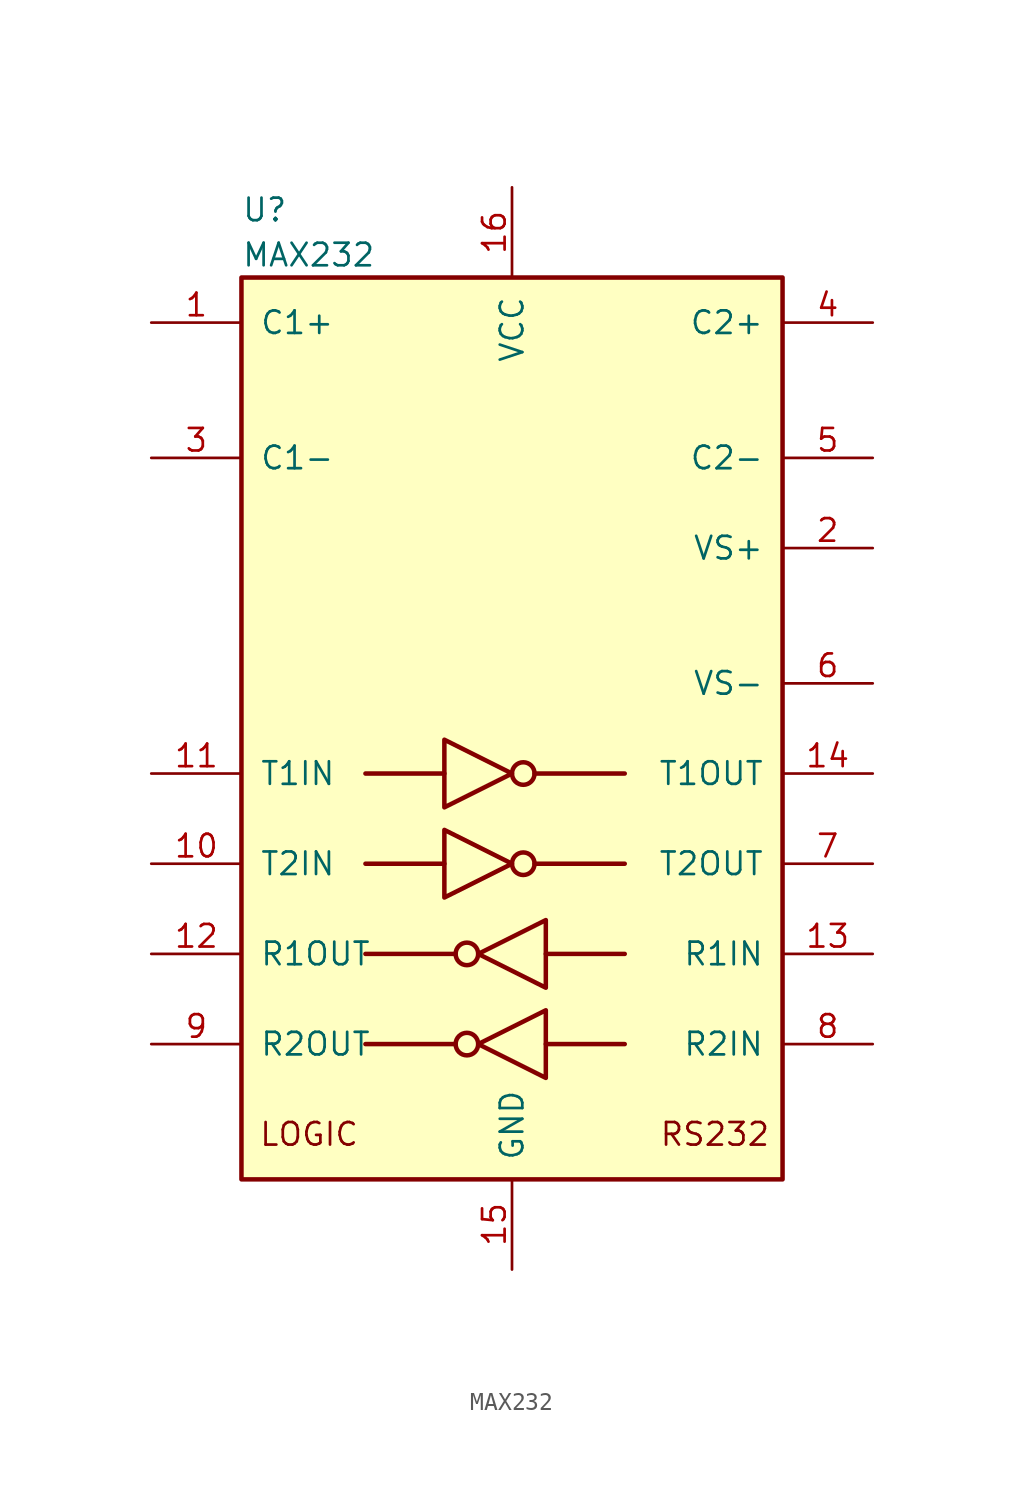
<source format=kicad_sym>
(kicad_symbol_lib
  (version 20211014)
  (generator kicad_symbol_editor)
  (symbol "MAX232"
    (pin_names
      (offset 1.016))
    (property "Reference" "U"
      (at -15.24 29.21 0)
      (effects (font (size 1.27 1.27)) (justify left)))
    (property "Value" "MAX232"
      (at -15.24 26.67 0)
      (effects (font (size 1.27 1.27)) (justify left)))
    (symbol "MAX232_0_0"
      (text "LOGIC" (at -11.43 -22.86 0) (effects (font (size 1.27 1.27))))
      (text "RS232" (at 11.43 -22.86 0) (effects (font (size 1.27 1.27)))))
    (symbol "MAX232_0_1"
      (rectangle (start -15.24 -25.4) (end 15.24 25.4) (stroke (width 0.254) (type default)) (fill (type background)))
      (circle (center -2.54 -17.78) (radius 0.635) (stroke (width 0.254) (type default)) (fill (type none)))
      (circle (center -2.54 -12.7) (radius 0.635) (stroke (width 0.254) (type default)) (fill (type none)))
      (polyline (pts (xy -3.81 -7.62) (xy -8.255 -7.62)) (stroke (width 0.254) (type default)) (fill (type none)))
      (polyline (pts (xy -3.81 -2.54) (xy -8.255 -2.54)) (stroke (width 0.254) (type default)) (fill (type none)))
      (polyline (pts (xy -3.175 -17.78) (xy -8.255 -17.78)) (stroke (width 0.254) (type default)) (fill (type none)))
      (polyline (pts (xy -3.175 -12.7) (xy -8.255 -12.7)) (stroke (width 0.254) (type default)) (fill (type none)))
      (polyline (pts (xy 1.27 -7.62) (xy 6.35 -7.62)) (stroke (width 0.254) (type default)) (fill (type none)))
      (polyline (pts (xy 1.27 -2.54) (xy 6.35 -2.54)) (stroke (width 0.254) (type default)) (fill (type none)))
      (polyline (pts (xy 1.905 -17.78) (xy 6.35 -17.78)) (stroke (width 0.254) (type default)) (fill (type none)))
      (polyline (pts (xy 1.905 -12.7) (xy 6.35 -12.7)) (stroke (width 0.254) (type default)) (fill (type none)))
      (polyline (pts (xy -3.81 -5.715) (xy -3.81 -9.525) (xy 0 -7.62) (xy -3.81 -5.715)) (stroke (width 0.254) (type default)) (fill (type none)))
      (polyline (pts (xy -3.81 -0.635) (xy -3.81 -4.445) (xy 0 -2.54) (xy -3.81 -0.635)) (stroke (width 0.254) (type default)) (fill (type none)))
      (polyline (pts (xy 1.905 -15.875) (xy 1.905 -19.685) (xy -1.905 -17.78) (xy 1.905 -15.875)) (stroke (width 0.254) (type default)) (fill (type none)))
      (polyline (pts (xy 1.905 -10.795) (xy 1.905 -14.605) (xy -1.905 -12.7) (xy 1.905 -10.795)) (stroke (width 0.254) (type default)) (fill (type none)))
      (circle (center 0.635 -7.62) (radius 0.635) (stroke (width 0.254) (type default)) (fill (type none)))
      (circle (center 0.635 -2.54) (radius 0.635) (stroke (width 0.254) (type default)) (fill (type none))))
    (symbol "MAX232_1_1"
      (pin passive line (at -20.32 22.86 0) (length 5.08) (name "C1+" (effects (font (size 1.27 1.27)))) (number "1" (effects (font (size 1.27 1.27)))))
      (pin input line (at -20.32 -7.62 0) (length 5.08) (name "T2IN" (effects (font (size 1.27 1.27)))) (number "10" (effects (font (size 1.27 1.27)))))
      (pin input line (at -20.32 -2.54 0) (length 5.08) (name "T1IN" (effects (font (size 1.27 1.27)))) (number "11" (effects (font (size 1.27 1.27)))))
      (pin output line (at -20.32 -12.7 0) (length 5.08) (name "R1OUT" (effects (font (size 1.27 1.27)))) (number "12" (effects (font (size 1.27 1.27)))))
      (pin input line (at 20.32 -12.7 180) (length 5.08) (name "R1IN" (effects (font (size 1.27 1.27)))) (number "13" (effects (font (size 1.27 1.27)))))
      (pin output line (at 20.32 -2.54 180) (length 5.08) (name "T1OUT" (effects (font (size 1.27 1.27)))) (number "14" (effects (font (size 1.27 1.27)))))
      (pin power_in line (at 0 -30.48 90) (length 5.08) (name "GND" (effects (font (size 1.27 1.27)))) (number "15" (effects (font (size 1.27 1.27)))))
      (pin power_in line (at 0 30.48 270) (length 5.08) (name "VCC" (effects (font (size 1.27 1.27)))) (number "16" (effects (font (size 1.27 1.27)))))
      (pin power_out line (at 20.32 10.16 180) (length 5.08) (name "VS+" (effects (font (size 1.27 1.27)))) (number "2" (effects (font (size 1.27 1.27)))))
      (pin passive line (at -20.32 15.24 0) (length 5.08) (name "C1-" (effects (font (size 1.27 1.27)))) (number "3" (effects (font (size 1.27 1.27)))))
      (pin passive line (at 20.32 22.86 180) (length 5.08) (name "C2+" (effects (font (size 1.27 1.27)))) (number "4" (effects (font (size 1.27 1.27)))))
      (pin passive line (at 20.32 15.24 180) (length 5.08) (name "C2-" (effects (font (size 1.27 1.27)))) (number "5" (effects (font (size 1.27 1.27)))))
      (pin power_out line (at 20.32 2.54 180) (length 5.08) (name "VS-" (effects (font (size 1.27 1.27)))) (number "6" (effects (font (size 1.27 1.27)))))
      (pin output line (at 20.32 -7.62 180) (length 5.08) (name "T2OUT" (effects (font (size 1.27 1.27)))) (number "7" (effects (font (size 1.27 1.27)))))
      (pin input line (at 20.32 -17.78 180) (length 5.08) (name "R2IN" (effects (font (size 1.27 1.27)))) (number "8" (effects (font (size 1.27 1.27)))))
      (pin output line (at -20.32 -17.78 0) (length 5.08) (name "R2OUT" (effects (font (size 1.27 1.27)))) (number "9" (effects (font (size 1.27 1.27))))))))
</source>
